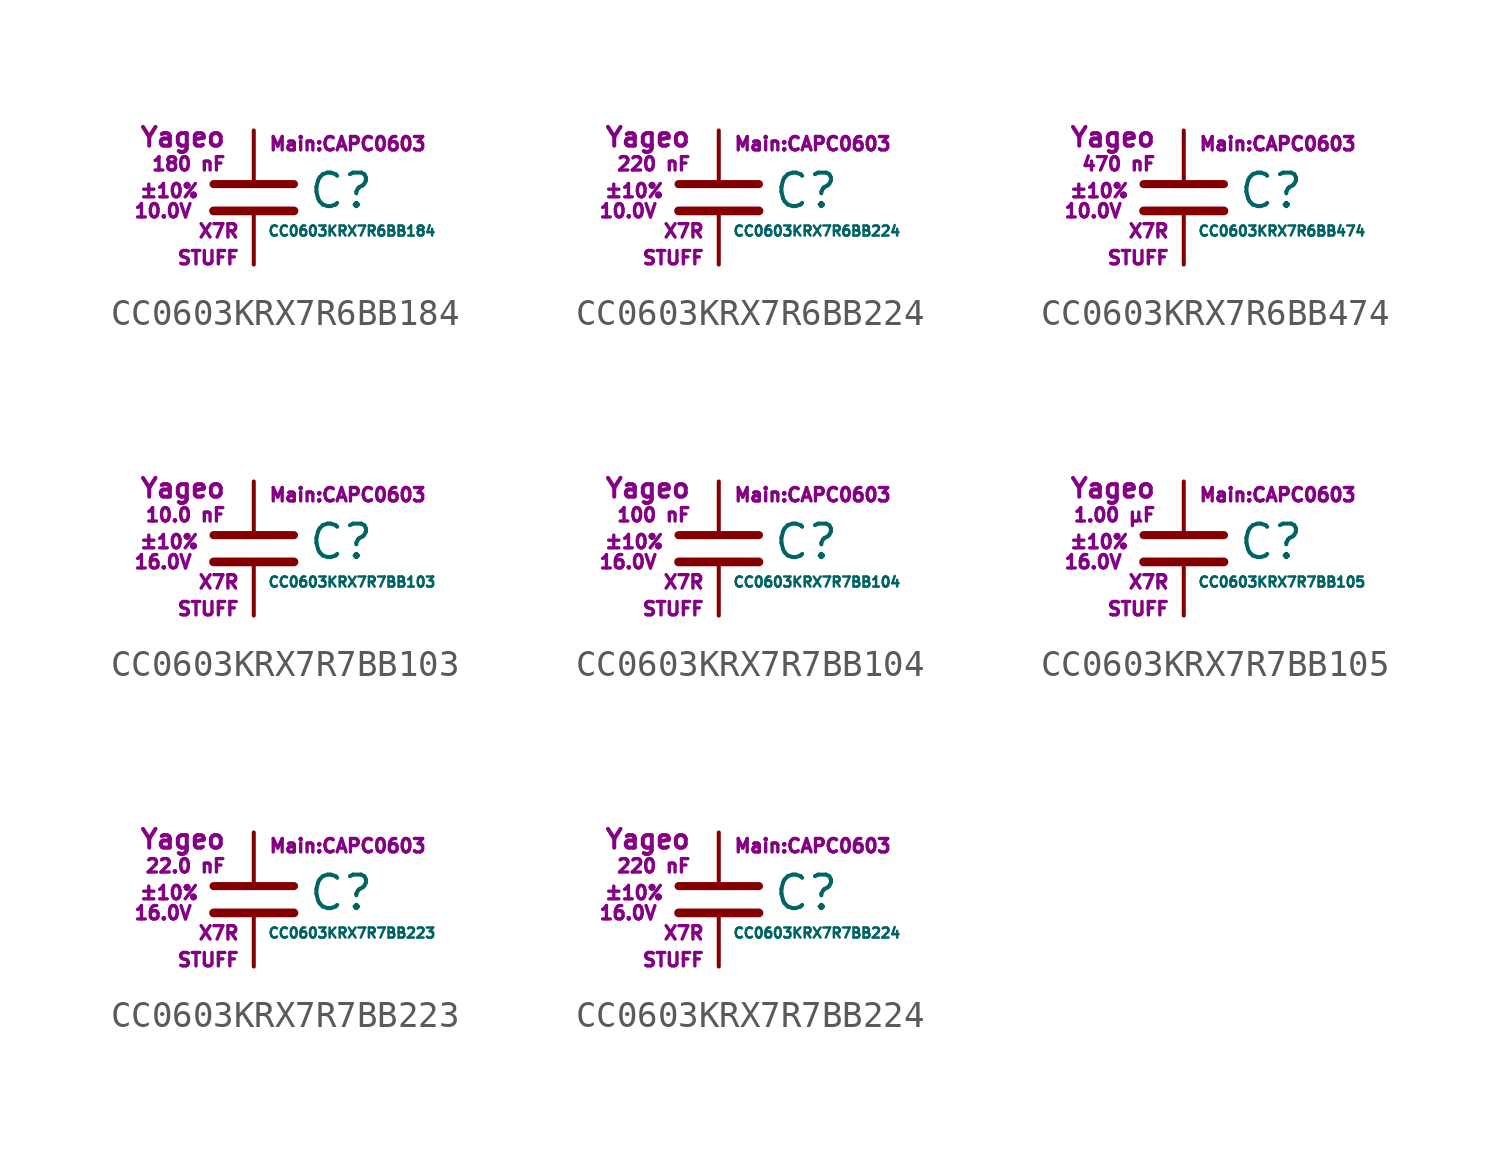
<source format=kicad_sym>
(kicad_symbol_lib
  (version 20211014)
  (generator kicad_symbol_editor)
  (symbol "CC0603KRX7R6BB184"
    (pin_numbers hide)
    (pin_names
      (offset 0.254) hide)
    (property "Reference" "C"
      (at 2.032 0.254 0)
      (effects (font (size 1.27 1.27)) (justify left)))
    (property "Value" "CC0603KRX7R6BB184"
      (at 0.508 -1.27 0)
      (effects (font (size 0.381 0.381)) (justify left)))
    (property "Footprint" "Main:CAPC0603"
      (at 3.556 2.032 0)
      (effects (font (size 0.508 0.508))))
    (property "Datasheet" ""
      (at 0.762 0.508 0)
      (effects (font (size 1.27 1.27))))
    (property "Manufacturer" "Yageo"
      (at -1.016 2.286 0)
      (effects (font (size 0.711 0.711)) (justify right)))
    (property "SKU" "STUFF"
      (at -0.508 -2.286 0)
      (effects (font (size 0.508 0.508)) (justify right)))
    (property "C" "180 nF"
      (at -1.016 1.27 0)
      (effects (font (size 0.508 0.508)) (justify right)))
    (property "Tol" "±10%"
      (at -2.032 0.254 0)
      (effects (font (size 0.508 0.508)) (justify right)))
    (property "Vmax" "10.0V"
      (at -2.286 -0.508 0)
      (effects (font (size 0.508 0.508)) (justify right)))
    (property "Type" "X7R"
      (at -0.508 -1.27 0)
      (effects (font (size 0.508 0.508)) (justify right)))
    (symbol "CC0603KRX7R6BB184_0_1"
      (polyline (pts (xy -1.524 -0.508) (xy 1.524 -0.508)) (stroke (width 0.33) (type default) (color 0 0 0 0)) (fill (type none)))
      (polyline (pts (xy -1.524 0.508) (xy 1.524 0.508)) (stroke (width 0.305) (type default) (color 0 0 0 0)) (fill (type none))))
    (symbol "CC0603KRX7R6BB184_1_1"
      (pin passive line (at 0 2.54 270) (length 1.905) (name "~" (effects (font (size 1.016 1.016)))) (number "1" (effects (font (size 1.016 1.016)))))
      (pin passive line (at 0 -2.54 90) (length 2.032) (name "~" (effects (font (size 1.016 1.016)))) (number "2" (effects (font (size 1.016 1.016)))))))
  (symbol "CC0603KRX7R6BB224"
    (pin_numbers hide)
    (pin_names
      (offset 0.254) hide)
    (property "Reference" "C"
      (at 2.032 0.254 0)
      (effects (font (size 1.27 1.27)) (justify left)))
    (property "Value" "CC0603KRX7R6BB224"
      (at 0.508 -1.27 0)
      (effects (font (size 0.381 0.381)) (justify left)))
    (property "Footprint" "Main:CAPC0603"
      (at 3.556 2.032 0)
      (effects (font (size 0.508 0.508))))
    (property "Datasheet" ""
      (at 0.762 0.508 0)
      (effects (font (size 1.27 1.27))))
    (property "Manufacturer" "Yageo"
      (at -1.016 2.286 0)
      (effects (font (size 0.711 0.711)) (justify right)))
    (property "SKU" "STUFF"
      (at -0.508 -2.286 0)
      (effects (font (size 0.508 0.508)) (justify right)))
    (property "C" "220 nF"
      (at -1.016 1.27 0)
      (effects (font (size 0.508 0.508)) (justify right)))
    (property "Tol" "±10%"
      (at -2.032 0.254 0)
      (effects (font (size 0.508 0.508)) (justify right)))
    (property "Vmax" "10.0V"
      (at -2.286 -0.508 0)
      (effects (font (size 0.508 0.508)) (justify right)))
    (property "Type" "X7R"
      (at -0.508 -1.27 0)
      (effects (font (size 0.508 0.508)) (justify right)))
    (symbol "CC0603KRX7R6BB224_0_1"
      (polyline (pts (xy -1.524 -0.508) (xy 1.524 -0.508)) (stroke (width 0.33) (type default) (color 0 0 0 0)) (fill (type none)))
      (polyline (pts (xy -1.524 0.508) (xy 1.524 0.508)) (stroke (width 0.305) (type default) (color 0 0 0 0)) (fill (type none))))
    (symbol "CC0603KRX7R6BB224_1_1"
      (pin passive line (at 0 2.54 270) (length 1.905) (name "~" (effects (font (size 1.016 1.016)))) (number "1" (effects (font (size 1.016 1.016)))))
      (pin passive line (at 0 -2.54 90) (length 2.032) (name "~" (effects (font (size 1.016 1.016)))) (number "2" (effects (font (size 1.016 1.016)))))))
  (symbol "CC0603KRX7R6BB474"
    (pin_numbers hide)
    (pin_names
      (offset 0.254) hide)
    (property "Reference" "C"
      (at 2.032 0.254 0)
      (effects (font (size 1.27 1.27)) (justify left)))
    (property "Value" "CC0603KRX7R6BB474"
      (at 0.508 -1.27 0)
      (effects (font (size 0.381 0.381)) (justify left)))
    (property "Footprint" "Main:CAPC0603"
      (at 3.556 2.032 0)
      (effects (font (size 0.508 0.508))))
    (property "Datasheet" ""
      (at 0.762 0.508 0)
      (effects (font (size 1.27 1.27))))
    (property "Manufacturer" "Yageo"
      (at -1.016 2.286 0)
      (effects (font (size 0.711 0.711)) (justify right)))
    (property "SKU" "STUFF"
      (at -0.508 -2.286 0)
      (effects (font (size 0.508 0.508)) (justify right)))
    (property "C" "470 nF"
      (at -1.016 1.27 0)
      (effects (font (size 0.508 0.508)) (justify right)))
    (property "Tol" "±10%"
      (at -2.032 0.254 0)
      (effects (font (size 0.508 0.508)) (justify right)))
    (property "Vmax" "10.0V"
      (at -2.286 -0.508 0)
      (effects (font (size 0.508 0.508)) (justify right)))
    (property "Type" "X7R"
      (at -0.508 -1.27 0)
      (effects (font (size 0.508 0.508)) (justify right)))
    (symbol "CC0603KRX7R6BB474_0_1"
      (polyline (pts (xy -1.524 -0.508) (xy 1.524 -0.508)) (stroke (width 0.33) (type default) (color 0 0 0 0)) (fill (type none)))
      (polyline (pts (xy -1.524 0.508) (xy 1.524 0.508)) (stroke (width 0.305) (type default) (color 0 0 0 0)) (fill (type none))))
    (symbol "CC0603KRX7R6BB474_1_1"
      (pin passive line (at 0 2.54 270) (length 1.905) (name "~" (effects (font (size 1.016 1.016)))) (number "1" (effects (font (size 1.016 1.016)))))
      (pin passive line (at 0 -2.54 90) (length 2.032) (name "~" (effects (font (size 1.016 1.016)))) (number "2" (effects (font (size 1.016 1.016)))))))
  (symbol "CC0603KRX7R7BB103"
    (pin_numbers hide)
    (pin_names
      (offset 0.254) hide)
    (property "Reference" "C"
      (at 2.032 0.254 0)
      (effects (font (size 1.27 1.27)) (justify left)))
    (property "Value" "CC0603KRX7R7BB103"
      (at 0.508 -1.27 0)
      (effects (font (size 0.381 0.381)) (justify left)))
    (property "Footprint" "Main:CAPC0603"
      (at 3.556 2.032 0)
      (effects (font (size 0.508 0.508))))
    (property "Datasheet" ""
      (at 0.762 0.508 0)
      (effects (font (size 1.27 1.27))))
    (property "Manufacturer" "Yageo"
      (at -1.016 2.286 0)
      (effects (font (size 0.711 0.711)) (justify right)))
    (property "SKU" "STUFF"
      (at -0.508 -2.286 0)
      (effects (font (size 0.508 0.508)) (justify right)))
    (property "C" "10.0 nF"
      (at -1.016 1.27 0)
      (effects (font (size 0.508 0.508)) (justify right)))
    (property "Tol" "±10%"
      (at -2.032 0.254 0)
      (effects (font (size 0.508 0.508)) (justify right)))
    (property "Vmax" "16.0V"
      (at -2.286 -0.508 0)
      (effects (font (size 0.508 0.508)) (justify right)))
    (property "Type" "X7R"
      (at -0.508 -1.27 0)
      (effects (font (size 0.508 0.508)) (justify right)))
    (symbol "CC0603KRX7R7BB103_0_1"
      (polyline (pts (xy -1.524 -0.508) (xy 1.524 -0.508)) (stroke (width 0.33) (type default) (color 0 0 0 0)) (fill (type none)))
      (polyline (pts (xy -1.524 0.508) (xy 1.524 0.508)) (stroke (width 0.305) (type default) (color 0 0 0 0)) (fill (type none))))
    (symbol "CC0603KRX7R7BB103_1_1"
      (pin passive line (at 0 2.54 270) (length 1.905) (name "~" (effects (font (size 1.016 1.016)))) (number "1" (effects (font (size 1.016 1.016)))))
      (pin passive line (at 0 -2.54 90) (length 2.032) (name "~" (effects (font (size 1.016 1.016)))) (number "2" (effects (font (size 1.016 1.016)))))))
  (symbol "CC0603KRX7R7BB104"
    (pin_numbers hide)
    (pin_names
      (offset 0.254) hide)
    (property "Reference" "C"
      (at 2.032 0.254 0)
      (effects (font (size 1.27 1.27)) (justify left)))
    (property "Value" "CC0603KRX7R7BB104"
      (at 0.508 -1.27 0)
      (effects (font (size 0.381 0.381)) (justify left)))
    (property "Footprint" "Main:CAPC0603"
      (at 3.556 2.032 0)
      (effects (font (size 0.508 0.508))))
    (property "Datasheet" ""
      (at 0.762 0.508 0)
      (effects (font (size 1.27 1.27))))
    (property "Manufacturer" "Yageo"
      (at -1.016 2.286 0)
      (effects (font (size 0.711 0.711)) (justify right)))
    (property "SKU" "STUFF"
      (at -0.508 -2.286 0)
      (effects (font (size 0.508 0.508)) (justify right)))
    (property "C" "100 nF"
      (at -1.016 1.27 0)
      (effects (font (size 0.508 0.508)) (justify right)))
    (property "Tol" "±10%"
      (at -2.032 0.254 0)
      (effects (font (size 0.508 0.508)) (justify right)))
    (property "Vmax" "16.0V"
      (at -2.286 -0.508 0)
      (effects (font (size 0.508 0.508)) (justify right)))
    (property "Type" "X7R"
      (at -0.508 -1.27 0)
      (effects (font (size 0.508 0.508)) (justify right)))
    (symbol "CC0603KRX7R7BB104_0_1"
      (polyline (pts (xy -1.524 -0.508) (xy 1.524 -0.508)) (stroke (width 0.33) (type default) (color 0 0 0 0)) (fill (type none)))
      (polyline (pts (xy -1.524 0.508) (xy 1.524 0.508)) (stroke (width 0.305) (type default) (color 0 0 0 0)) (fill (type none))))
    (symbol "CC0603KRX7R7BB104_1_1"
      (pin passive line (at 0 2.54 270) (length 1.905) (name "~" (effects (font (size 1.016 1.016)))) (number "1" (effects (font (size 1.016 1.016)))))
      (pin passive line (at 0 -2.54 90) (length 2.032) (name "~" (effects (font (size 1.016 1.016)))) (number "2" (effects (font (size 1.016 1.016)))))))
  (symbol "CC0603KRX7R7BB105"
    (pin_numbers hide)
    (pin_names
      (offset 0.254) hide)
    (property "Reference" "C"
      (at 2.032 0.254 0)
      (effects (font (size 1.27 1.27)) (justify left)))
    (property "Value" "CC0603KRX7R7BB105"
      (at 0.508 -1.27 0)
      (effects (font (size 0.381 0.381)) (justify left)))
    (property "Footprint" "Main:CAPC0603"
      (at 3.556 2.032 0)
      (effects (font (size 0.508 0.508))))
    (property "Datasheet" ""
      (at 0.762 0.508 0)
      (effects (font (size 1.27 1.27))))
    (property "Manufacturer" "Yageo"
      (at -1.016 2.286 0)
      (effects (font (size 0.711 0.711)) (justify right)))
    (property "SKU" "STUFF"
      (at -0.508 -2.286 0)
      (effects (font (size 0.508 0.508)) (justify right)))
    (property "C" "1.00 µF"
      (at -1.016 1.27 0)
      (effects (font (size 0.508 0.508)) (justify right)))
    (property "Tol" "±10%"
      (at -2.032 0.254 0)
      (effects (font (size 0.508 0.508)) (justify right)))
    (property "Vmax" "16.0V"
      (at -2.286 -0.508 0)
      (effects (font (size 0.508 0.508)) (justify right)))
    (property "Type" "X7R"
      (at -0.508 -1.27 0)
      (effects (font (size 0.508 0.508)) (justify right)))
    (symbol "CC0603KRX7R7BB105_0_1"
      (polyline (pts (xy -1.524 -0.508) (xy 1.524 -0.508)) (stroke (width 0.33) (type default) (color 0 0 0 0)) (fill (type none)))
      (polyline (pts (xy -1.524 0.508) (xy 1.524 0.508)) (stroke (width 0.305) (type default) (color 0 0 0 0)) (fill (type none))))
    (symbol "CC0603KRX7R7BB105_1_1"
      (pin passive line (at 0 2.54 270) (length 1.905) (name "~" (effects (font (size 1.016 1.016)))) (number "1" (effects (font (size 1.016 1.016)))))
      (pin passive line (at 0 -2.54 90) (length 2.032) (name "~" (effects (font (size 1.016 1.016)))) (number "2" (effects (font (size 1.016 1.016)))))))
  (symbol "CC0603KRX7R7BB223"
    (pin_numbers hide)
    (pin_names
      (offset 0.254) hide)
    (property "Reference" "C"
      (at 2.032 0.254 0)
      (effects (font (size 1.27 1.27)) (justify left)))
    (property "Value" "CC0603KRX7R7BB223"
      (at 0.508 -1.27 0)
      (effects (font (size 0.381 0.381)) (justify left)))
    (property "Footprint" "Main:CAPC0603"
      (at 3.556 2.032 0)
      (effects (font (size 0.508 0.508))))
    (property "Datasheet" ""
      (at 0.762 0.508 0)
      (effects (font (size 1.27 1.27))))
    (property "Manufacturer" "Yageo"
      (at -1.016 2.286 0)
      (effects (font (size 0.711 0.711)) (justify right)))
    (property "SKU" "STUFF"
      (at -0.508 -2.286 0)
      (effects (font (size 0.508 0.508)) (justify right)))
    (property "C" "22.0 nF"
      (at -1.016 1.27 0)
      (effects (font (size 0.508 0.508)) (justify right)))
    (property "Tol" "±10%"
      (at -2.032 0.254 0)
      (effects (font (size 0.508 0.508)) (justify right)))
    (property "Vmax" "16.0V"
      (at -2.286 -0.508 0)
      (effects (font (size 0.508 0.508)) (justify right)))
    (property "Type" "X7R"
      (at -0.508 -1.27 0)
      (effects (font (size 0.508 0.508)) (justify right)))
    (symbol "CC0603KRX7R7BB223_0_1"
      (polyline (pts (xy -1.524 -0.508) (xy 1.524 -0.508)) (stroke (width 0.33) (type default) (color 0 0 0 0)) (fill (type none)))
      (polyline (pts (xy -1.524 0.508) (xy 1.524 0.508)) (stroke (width 0.305) (type default) (color 0 0 0 0)) (fill (type none))))
    (symbol "CC0603KRX7R7BB223_1_1"
      (pin passive line (at 0 2.54 270) (length 1.905) (name "~" (effects (font (size 1.016 1.016)))) (number "1" (effects (font (size 1.016 1.016)))))
      (pin passive line (at 0 -2.54 90) (length 2.032) (name "~" (effects (font (size 1.016 1.016)))) (number "2" (effects (font (size 1.016 1.016)))))))
  (symbol "CC0603KRX7R7BB224"
    (pin_numbers hide)
    (pin_names
      (offset 0.254) hide)
    (property "Reference" "C"
      (at 2.032 0.254 0)
      (effects (font (size 1.27 1.27)) (justify left)))
    (property "Value" "CC0603KRX7R7BB224"
      (at 0.508 -1.27 0)
      (effects (font (size 0.381 0.381)) (justify left)))
    (property "Footprint" "Main:CAPC0603"
      (at 3.556 2.032 0)
      (effects (font (size 0.508 0.508))))
    (property "Datasheet" ""
      (at 0.762 0.508 0)
      (effects (font (size 1.27 1.27))))
    (property "Manufacturer" "Yageo"
      (at -1.016 2.286 0)
      (effects (font (size 0.711 0.711)) (justify right)))
    (property "SKU" "STUFF"
      (at -0.508 -2.286 0)
      (effects (font (size 0.508 0.508)) (justify right)))
    (property "C" "220 nF"
      (at -1.016 1.27 0)
      (effects (font (size 0.508 0.508)) (justify right)))
    (property "Tol" "±10%"
      (at -2.032 0.254 0)
      (effects (font (size 0.508 0.508)) (justify right)))
    (property "Vmax" "16.0V"
      (at -2.286 -0.508 0)
      (effects (font (size 0.508 0.508)) (justify right)))
    (property "Type" "X7R"
      (at -0.508 -1.27 0)
      (effects (font (size 0.508 0.508)) (justify right)))
    (symbol "CC0603KRX7R7BB224_0_1"
      (polyline (pts (xy -1.524 -0.508) (xy 1.524 -0.508)) (stroke (width 0.33) (type default) (color 0 0 0 0)) (fill (type none)))
      (polyline (pts (xy -1.524 0.508) (xy 1.524 0.508)) (stroke (width 0.305) (type default) (color 0 0 0 0)) (fill (type none))))
    (symbol "CC0603KRX7R7BB224_1_1"
      (pin passive line (at 0 2.54 270) (length 1.905) (name "~" (effects (font (size 1.016 1.016)))) (number "1" (effects (font (size 1.016 1.016)))))
      (pin passive line (at 0 -2.54 90) (length 2.032) (name "~" (effects (font (size 1.016 1.016)))) (number "2" (effects (font (size 1.016 1.016))))))))
</source>
